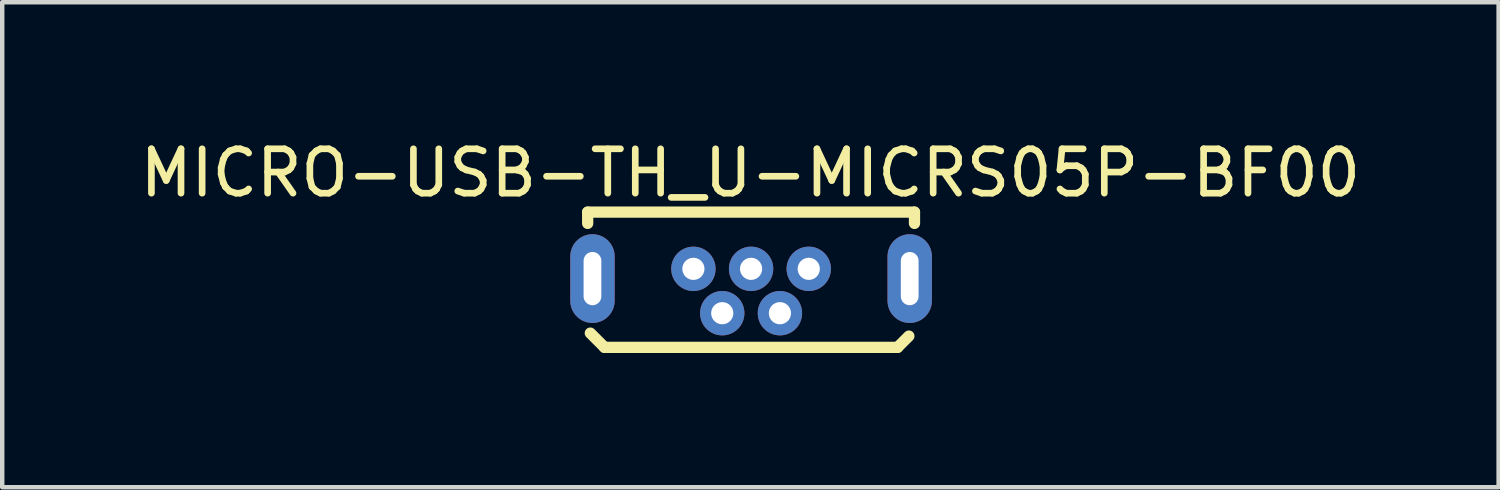
<source format=kicad_pcb>
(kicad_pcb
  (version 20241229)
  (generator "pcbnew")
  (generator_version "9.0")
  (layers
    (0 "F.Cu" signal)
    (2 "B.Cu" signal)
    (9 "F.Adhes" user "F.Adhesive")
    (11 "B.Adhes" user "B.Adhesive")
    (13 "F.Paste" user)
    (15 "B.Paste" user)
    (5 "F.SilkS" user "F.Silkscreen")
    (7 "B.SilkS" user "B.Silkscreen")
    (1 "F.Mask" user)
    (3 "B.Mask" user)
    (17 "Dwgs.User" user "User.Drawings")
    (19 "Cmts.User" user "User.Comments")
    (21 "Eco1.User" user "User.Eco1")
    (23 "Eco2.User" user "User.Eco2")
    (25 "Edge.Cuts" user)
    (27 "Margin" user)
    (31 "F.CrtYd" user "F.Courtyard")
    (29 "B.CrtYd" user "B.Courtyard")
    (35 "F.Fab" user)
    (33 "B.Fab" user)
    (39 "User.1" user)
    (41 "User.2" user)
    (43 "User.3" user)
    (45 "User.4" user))
  (footprint "MICRO-USB-TH_U-MICRS05P-BF00"
    (layer "F.Cu")
    (at 13.878 3.509)
    (property "Reference" "MICRO-USB-TH_U-MICRS05P-BF00" (at -0.015 -2.66 0) (layer "F.SilkS") (effects (font (size 1 1) (thickness 0.15))))
    (fp_line (start -3.683 -1.778) (end 3.683 -1.778) (stroke (width 0.254) (type default)) (layer "F.SilkS"))
    (fp_line (start -3.683 -1.524) (end -3.683 -1.778) (stroke (width 0.254) (type default)) (layer "F.SilkS"))
    (fp_line (start -3.623 0.949) (end -3.302 1.27) (stroke (width 0.254) (type default)) (layer "F.SilkS"))
    (fp_line (start -3.302 1.27) (end 3.302 1.27) (stroke (width 0.254) (type default)) (layer "F.SilkS"))
    (fp_line (start 3.302 1.27) (end 3.556 1.016) (stroke (width 0.254) (type default)) (layer "F.SilkS"))
    (fp_line (start 3.683 -1.778) (end 3.683 -1.524) (stroke (width 0.254) (type default)) (layer "F.SilkS"))
    (fp_poly (pts (xy -3.735 0.12) (xy -3.735 -0.68) (xy -3.415 -0.68) (xy -3.415 0.12)) (stroke (width 0.1) (type default)) (fill no) (layer "User.1"))
    (fp_poly (pts (xy 3.415 0.12) (xy 3.415 -0.68) (xy 3.735 -0.68) (xy 3.735 0.12)) (stroke (width 0.1) (type default)) (fill no) (layer "User.1"))
    (fp_poly (pts (xy -1.153 -0.529) (xy -1.175 -0.583) (xy -1.217 -0.625) (xy -1.271 -0.647) (xy -1.329 -0.647) (xy -1.383 -0.625) (xy -1.425 -0.583) (xy -1.447 -0.529) (xy -1.447 -0.471) (xy -1.425 -0.417) (xy -1.383 -0.375) (xy -1.329 -0.353) (xy -1.271 -0.353) (xy -1.217 -0.375) (xy -1.175 -0.417) (xy -1.153 -0.471)) (stroke (width 0.1) (type default)) (fill no) (layer "User.1"))
    (fp_poly (pts (xy -0.503 0.471) (xy -0.525 0.417) (xy -0.567 0.375) (xy -0.621 0.353) (xy -0.679 0.353) (xy -0.733 0.375) (xy -0.775 0.417) (xy -0.797 0.471) (xy -0.797 0.529) (xy -0.775 0.583) (xy -0.733 0.625) (xy -0.679 0.647) (xy -0.621 0.647) (xy -0.567 0.625) (xy -0.525 0.583) (xy -0.503 0.529)) (stroke (width 0.1) (type default)) (fill no) (layer "User.1"))
    (fp_poly (pts (xy 0.147 -0.529) (xy 0.125 -0.583) (xy 0.083 -0.625) (xy 0.029 -0.647) (xy -0.029 -0.647) (xy -0.083 -0.625) (xy -0.125 -0.583) (xy -0.147 -0.529) (xy -0.147 -0.471) (xy -0.125 -0.417) (xy -0.083 -0.375) (xy -0.029 -0.353) (xy 0.029 -0.353) (xy 0.083 -0.375) (xy 0.125 -0.417) (xy 0.147 -0.471)) (stroke (width 0.1) (type default)) (fill no) (layer "User.1"))
    (fp_poly (pts (xy 0.797 0.471) (xy 0.775 0.417) (xy 0.733 0.375) (xy 0.679 0.353) (xy 0.621 0.353) (xy 0.567 0.375) (xy 0.525 0.417) (xy 0.503 0.471) (xy 0.503 0.529) (xy 0.525 0.583) (xy 0.567 0.625) (xy 0.621 0.647) (xy 0.679 0.647) (xy 0.733 0.625) (xy 0.775 0.583) (xy 0.797 0.529)) (stroke (width 0.1) (type default)) (fill no) (layer "User.1"))
    (fp_poly (pts (xy 1.447 -0.529) (xy 1.425 -0.583) (xy 1.383 -0.625) (xy 1.329 -0.647) (xy 1.271 -0.647) (xy 1.217 -0.625) (xy 1.175 -0.583) (xy 1.153 -0.529) (xy 1.153 -0.471) (xy 1.175 -0.417) (xy 1.217 -0.375) (xy 1.271 -0.353) (xy 1.329 -0.353) (xy 1.383 -0.375) (xy 1.425 -0.417) (xy 1.447 -0.471)) (stroke (width 0.1) (type default)) (fill no) (layer "User.1"))
    (fp_line (start -4.075 -1.905) (end 4.075 -1.905) (stroke (width 0.051) (type default)) (layer "User.2"))
    (fp_line (start -4.075 1.397) (end -4.075 -1.905) (stroke (width 0.051) (type default)) (layer "User.2"))
    (fp_line (start 4.075 -1.905) (end 4.075 1.397) (stroke (width 0.051) (type default)) (layer "User.2"))
    (fp_line (start 4.075 1.397) (end -4.075 1.397) (stroke (width 0.051) (type default)) (layer "User.2"))
    (fp_poly (pts (xy -4.02 -1.928) (xy -4.052 -1.96) (xy -4.098 -1.96) (xy -4.13 -1.928) (xy -4.13 -1.882) (xy -4.098 -1.85) (xy -4.052 -1.85) (xy -4.02 -1.882)) (stroke (width 0.1) (type default)) (fill no) (layer "User.3"))
    (pad "1" thru_hole circle (at -1.3 -0.5) (size 1 1) (drill 0.5) (layers "*.Cu" "*.Mask"))
    (pad "2" thru_hole circle (at -0.65 0.5) (size 1 1) (drill 0.5) (layers "*.Cu" "*.Mask"))
    (pad "3" thru_hole circle (at 0 -0.5) (size 1 1) (drill 0.5) (layers "*.Cu" "*.Mask"))
    (pad "4" thru_hole circle (at 0.65 0.5) (size 1 1) (drill 0.5) (layers "*.Cu" "*.Mask"))
    (pad "5" thru_hole circle (at 1.3 -0.5) (size 1 1) (drill 0.5) (layers "*.Cu" "*.Mask"))
    (pad "6" thru_hole oval (at -3.575 -0.28 90) (size 2 1) (drill oval 1.2 0.4) (layers "*.Cu" "*.Mask"))
    (pad "6" thru_hole oval (at 3.575 -0.28 90) (size 2 1) (drill oval 1.2 0.4) (layers "*.Cu" "*.Mask")))
  (gr_rect
    (start -3 -3)
    (end 30.726 7.931)
    (stroke (width 0.1) (type default))
    (fill no)
    (layer "Edge.Cuts")))
</source>
